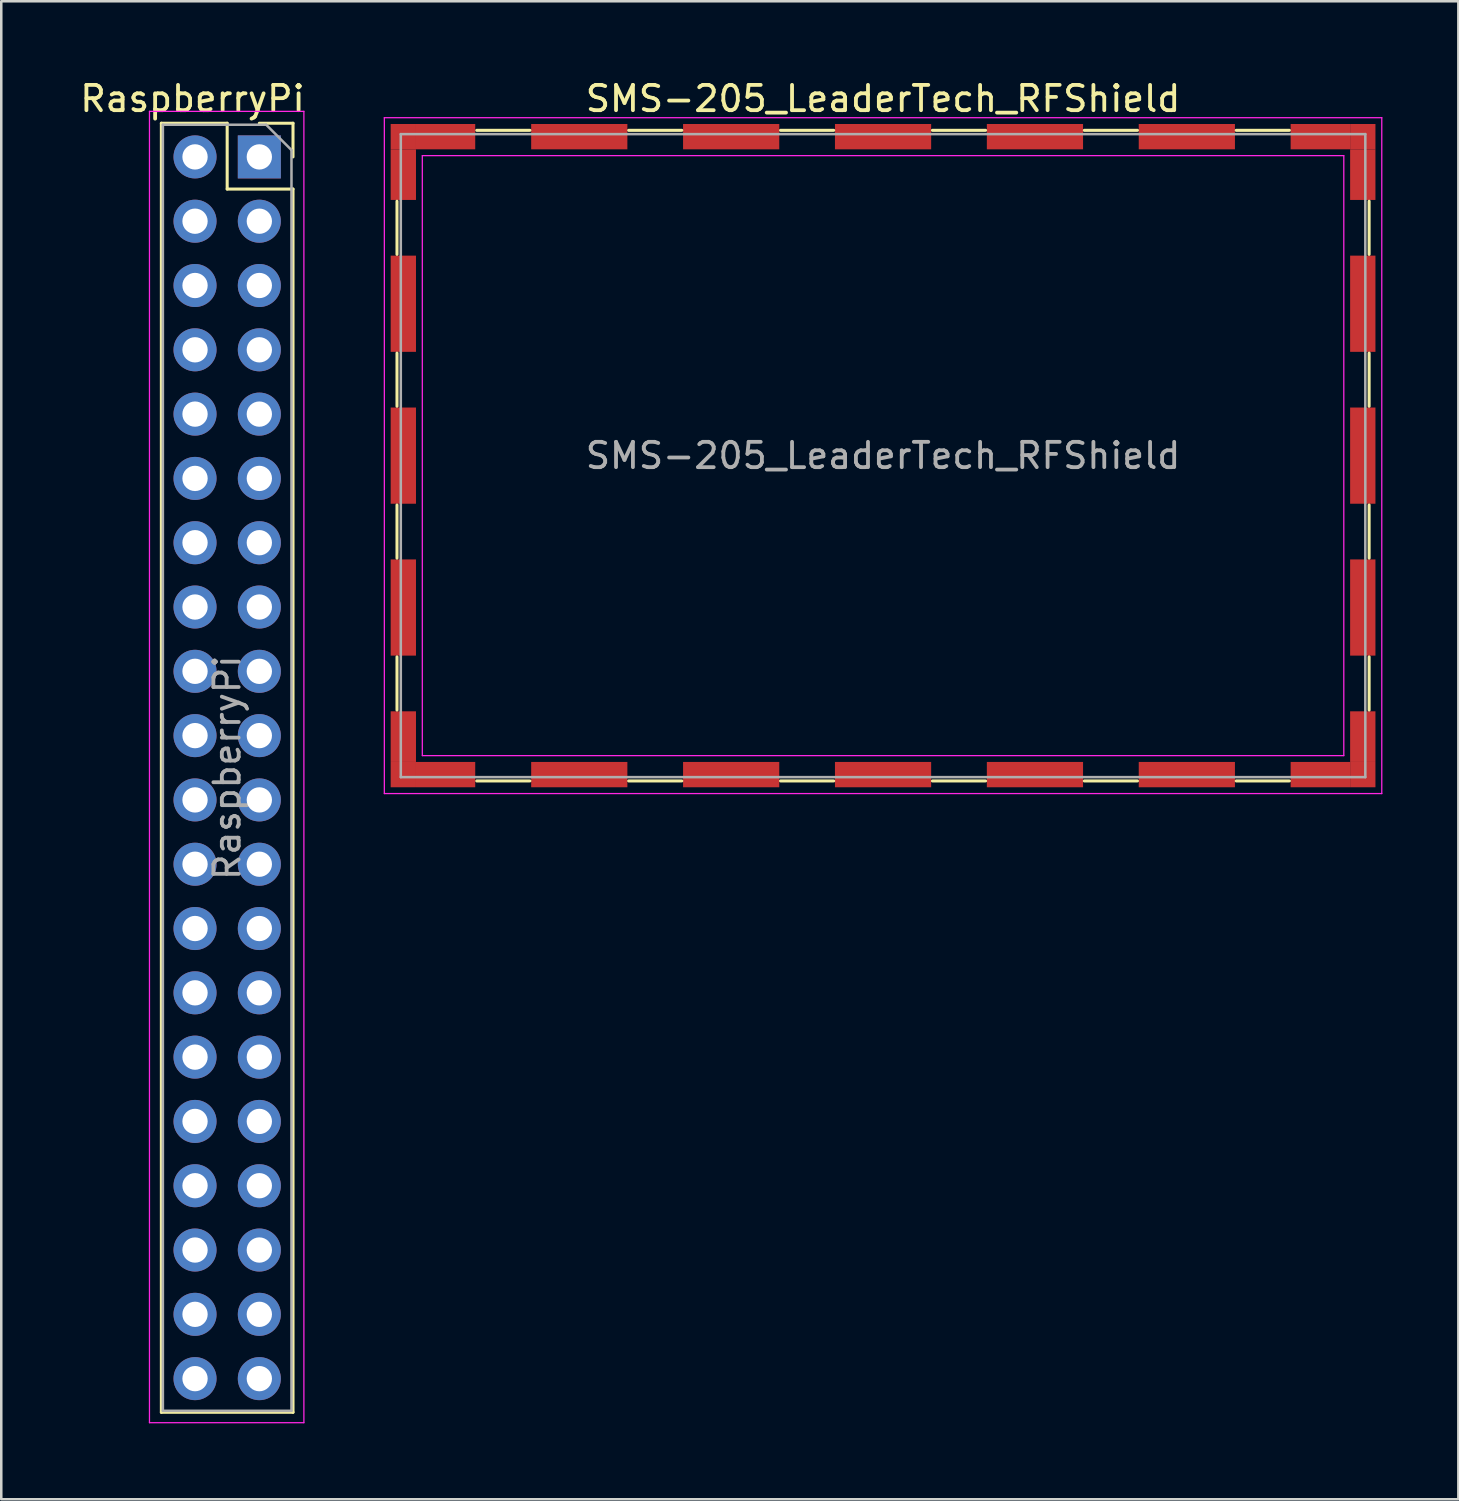
<source format=kicad_pcb>
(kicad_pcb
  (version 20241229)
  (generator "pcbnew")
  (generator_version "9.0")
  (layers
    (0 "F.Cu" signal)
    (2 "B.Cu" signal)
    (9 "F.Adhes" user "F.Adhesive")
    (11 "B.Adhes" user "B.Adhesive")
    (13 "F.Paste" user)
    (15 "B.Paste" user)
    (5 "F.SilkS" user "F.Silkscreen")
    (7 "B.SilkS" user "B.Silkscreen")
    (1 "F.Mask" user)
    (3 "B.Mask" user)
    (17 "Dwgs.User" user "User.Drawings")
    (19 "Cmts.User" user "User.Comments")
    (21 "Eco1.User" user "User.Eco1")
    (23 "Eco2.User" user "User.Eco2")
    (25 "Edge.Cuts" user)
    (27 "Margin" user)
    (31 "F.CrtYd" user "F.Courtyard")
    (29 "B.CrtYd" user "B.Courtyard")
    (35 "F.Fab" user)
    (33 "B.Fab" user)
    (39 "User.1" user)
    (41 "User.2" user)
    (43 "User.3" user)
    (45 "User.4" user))
  (footprint "RaspberryPi"
    (layer "F.Cu")
    (at 7.194 3.148)
    (property "Reference" "RaspberryPi" (at -2.64 -2.3 180) (layer "F.SilkS") (effects (font (size 1 1) (thickness 0.15))))
    (attr through_hole)
    (fp_line (start -3.87 -1.33) (end -3.87 49.59) (stroke (width 0.12) (type solid)) (layer "F.SilkS"))
    (fp_line (start -3.87 -1.33) (end -1.27 -1.33) (stroke (width 0.12) (type solid)) (layer "F.SilkS"))
    (fp_line (start -3.87 49.59) (end 1.33 49.59) (stroke (width 0.12) (type solid)) (layer "F.SilkS"))
    (fp_line (start -1.27 -1.33) (end -1.27 1.27) (stroke (width 0.12) (type solid)) (layer "F.SilkS"))
    (fp_line (start -1.27 1.27) (end 1.33 1.27) (stroke (width 0.12) (type solid)) (layer "F.SilkS"))
    (fp_line (start 0 -1.33) (end 1.33 -1.33) (stroke (width 0.12) (type solid)) (layer "F.SilkS"))
    (fp_line (start 1.33 -1.33) (end 1.33 0) (stroke (width 0.12) (type solid)) (layer "F.SilkS"))
    (fp_line (start 1.33 1.27) (end 1.33 49.59) (stroke (width 0.12) (type solid)) (layer "F.SilkS"))
    (fp_line (start -4.34 -1.8) (end 1.76 -1.8) (stroke (width 0.05) (type solid)) (layer "F.CrtYd"))
    (fp_line (start -4.34 50) (end -4.34 -1.8) (stroke (width 0.05) (type solid)) (layer "F.CrtYd"))
    (fp_line (start 1.76 -1.8) (end 1.76 50) (stroke (width 0.05) (type solid)) (layer "F.CrtYd"))
    (fp_line (start 1.76 50) (end -4.34 50) (stroke (width 0.05) (type solid)) (layer "F.CrtYd"))
    (fp_line (start -3.81 -1.27) (end 0.27 -1.27) (stroke (width 0.1) (type solid)) (layer "F.Fab"))
    (fp_line (start -3.81 49.53) (end -3.81 -1.27) (stroke (width 0.1) (type solid)) (layer "F.Fab"))
    (fp_line (start 0.27 -1.27) (end 1.27 -0.27) (stroke (width 0.1) (type solid)) (layer "F.Fab"))
    (fp_line (start 1.27 -0.27) (end 1.27 49.53) (stroke (width 0.1) (type solid)) (layer "F.Fab"))
    (fp_line (start 1.27 49.53) (end -3.81 49.53) (stroke (width 0.1) (type solid)) (layer "F.Fab"))
    (fp_text user "${REFERENCE}" (at -1.27 24.13 270) (layer "F.Fab") (effects (font (size 1 1) (thickness 0.15))))
    (pad "1" thru_hole rect (at 0 0) (size 1.7 1.7) (drill 1) (layers "*.Cu" "*.Mask"))
    (pad "2" thru_hole oval (at -2.54 0) (size 1.7 1.7) (drill 1) (layers "*.Cu" "*.Mask"))
    (pad "3" thru_hole oval (at 0 2.54) (size 1.7 1.7) (drill 1) (layers "*.Cu" "*.Mask"))
    (pad "4" thru_hole oval (at -2.54 2.54) (size 1.7 1.7) (drill 1) (layers "*.Cu" "*.Mask"))
    (pad "5" thru_hole oval (at 0 5.08) (size 1.7 1.7) (drill 1) (layers "*.Cu" "*.Mask"))
    (pad "6" thru_hole oval (at -2.54 5.08) (size 1.7 1.7) (drill 1) (layers "*.Cu" "*.Mask"))
    (pad "7" thru_hole oval (at 0 7.62) (size 1.7 1.7) (drill 1) (layers "*.Cu" "*.Mask"))
    (pad "8" thru_hole oval (at -2.54 7.62) (size 1.7 1.7) (drill 1) (layers "*.Cu" "*.Mask"))
    (pad "9" thru_hole oval (at 0 10.16) (size 1.7 1.7) (drill 1) (layers "*.Cu" "*.Mask"))
    (pad "10" thru_hole oval (at -2.54 10.16) (size 1.7 1.7) (drill 1) (layers "*.Cu" "*.Mask"))
    (pad "11" thru_hole oval (at 0 12.7) (size 1.7 1.7) (drill 1) (layers "*.Cu" "*.Mask"))
    (pad "12" thru_hole oval (at -2.54 12.7) (size 1.7 1.7) (drill 1) (layers "*.Cu" "*.Mask"))
    (pad "13" thru_hole oval (at 0 15.24) (size 1.7 1.7) (drill 1) (layers "*.Cu" "*.Mask"))
    (pad "14" thru_hole oval (at -2.54 15.24) (size 1.7 1.7) (drill 1) (layers "*.Cu" "*.Mask"))
    (pad "15" thru_hole oval (at 0 17.78) (size 1.7 1.7) (drill 1) (layers "*.Cu" "*.Mask"))
    (pad "16" thru_hole oval (at -2.54 17.78) (size 1.7 1.7) (drill 1) (layers "*.Cu" "*.Mask"))
    (pad "17" thru_hole oval (at 0 20.32) (size 1.7 1.7) (drill 1) (layers "*.Cu" "*.Mask"))
    (pad "18" thru_hole oval (at -2.54 20.32) (size 1.7 1.7) (drill 1) (layers "*.Cu" "*.Mask"))
    (pad "19" thru_hole oval (at 0 22.86) (size 1.7 1.7) (drill 1) (layers "*.Cu" "*.Mask"))
    (pad "20" thru_hole oval (at -2.54 22.86) (size 1.7 1.7) (drill 1) (layers "*.Cu" "*.Mask"))
    (pad "21" thru_hole oval (at 0 25.4) (size 1.7 1.7) (drill 1) (layers "*.Cu" "*.Mask"))
    (pad "22" thru_hole oval (at -2.54 25.4) (size 1.7 1.7) (drill 1) (layers "*.Cu" "*.Mask"))
    (pad "23" thru_hole oval (at 0 27.94) (size 1.7 1.7) (drill 1) (layers "*.Cu" "*.Mask"))
    (pad "24" thru_hole oval (at -2.54 27.94) (size 1.7 1.7) (drill 1) (layers "*.Cu" "*.Mask"))
    (pad "25" thru_hole oval (at 0 30.48) (size 1.7 1.7) (drill 1) (layers "*.Cu" "*.Mask"))
    (pad "26" thru_hole oval (at -2.54 30.48) (size 1.7 1.7) (drill 1) (layers "*.Cu" "*.Mask"))
    (pad "27" thru_hole oval (at 0 33.02) (size 1.7 1.7) (drill 1) (layers "*.Cu" "*.Mask"))
    (pad "28" thru_hole oval (at -2.54 33.02) (size 1.7 1.7) (drill 1) (layers "*.Cu" "*.Mask"))
    (pad "29" thru_hole oval (at 0 35.56) (size 1.7 1.7) (drill 1) (layers "*.Cu" "*.Mask"))
    (pad "30" thru_hole oval (at -2.54 35.56) (size 1.7 1.7) (drill 1) (layers "*.Cu" "*.Mask"))
    (pad "31" thru_hole oval (at 0 38.1) (size 1.7 1.7) (drill 1) (layers "*.Cu" "*.Mask"))
    (pad "32" thru_hole oval (at -2.54 38.1) (size 1.7 1.7) (drill 1) (layers "*.Cu" "*.Mask"))
    (pad "33" thru_hole oval (at 0 40.64) (size 1.7 1.7) (drill 1) (layers "*.Cu" "*.Mask"))
    (pad "34" thru_hole oval (at -2.54 40.64) (size 1.7 1.7) (drill 1) (layers "*.Cu" "*.Mask"))
    (pad "35" thru_hole oval (at 0 43.18) (size 1.7 1.7) (drill 1) (layers "*.Cu" "*.Mask"))
    (pad "36" thru_hole oval (at -2.54 43.18) (size 1.7 1.7) (drill 1) (layers "*.Cu" "*.Mask"))
    (pad "37" thru_hole oval (at 0 45.72) (size 1.7 1.7) (drill 1) (layers "*.Cu" "*.Mask"))
    (pad "38" thru_hole oval (at -2.54 45.72) (size 1.7 1.7) (drill 1) (layers "*.Cu" "*.Mask"))
    (pad "39" thru_hole oval (at 0 48.26) (size 1.7 1.7) (drill 1) (layers "*.Cu" "*.Mask"))
    (pad "40" thru_hole oval (at -2.54 48.26) (size 1.7 1.7) (drill 1) (layers "*.Cu" "*.Mask")))
  (footprint "SMS-205_LeaderTech_RFShield"
    (layer "F.Cu")
    (at 12.382 1.848)
    (property "Reference" "SMS-205_LeaderTech_RFShield" (at 19.45 -1 0) (layer "F.SilkS") (effects (font (size 1 1) (thickness 0.15))))
    (attr smd)
    (fp_line (start 0.25 3.05) (end 0.25 5.15) (stroke (width 0.12) (type solid)) (layer "F.SilkS"))
    (fp_line (start 0.25 9.05) (end 0.25 11.15) (stroke (width 0.12) (type solid)) (layer "F.SilkS"))
    (fp_line (start 0.25 15.05) (end 0.25 17.15) (stroke (width 0.12) (type solid)) (layer "F.SilkS"))
    (fp_line (start 0.25 21.05) (end 0.25 23.15) (stroke (width 0.12) (type solid)) (layer "F.SilkS"))
    (fp_line (start 3.4 0.25) (end 5.5 0.25) (stroke (width 0.12) (type solid)) (layer "F.SilkS"))
    (fp_line (start 3.4 25.95) (end 5.5 25.95) (stroke (width 0.12) (type solid)) (layer "F.SilkS"))
    (fp_line (start 9.4 0.25) (end 11.5 0.25) (stroke (width 0.12) (type solid)) (layer "F.SilkS"))
    (fp_line (start 9.4 25.95) (end 11.5 25.95) (stroke (width 0.12) (type solid)) (layer "F.SilkS"))
    (fp_line (start 15.4 0.25) (end 17.5 0.25) (stroke (width 0.12) (type solid)) (layer "F.SilkS"))
    (fp_line (start 15.4 25.95) (end 17.5 25.95) (stroke (width 0.12) (type solid)) (layer "F.SilkS"))
    (fp_line (start 21.4 0.25) (end 23.5 0.25) (stroke (width 0.12) (type solid)) (layer "F.SilkS"))
    (fp_line (start 21.4 25.95) (end 23.5 25.95) (stroke (width 0.12) (type solid)) (layer "F.SilkS"))
    (fp_line (start 27.4 0.25) (end 29.5 0.25) (stroke (width 0.12) (type solid)) (layer "F.SilkS"))
    (fp_line (start 27.4 25.95) (end 29.5 25.95) (stroke (width 0.12) (type solid)) (layer "F.SilkS"))
    (fp_line (start 33.4 0.25) (end 35.5 0.25) (stroke (width 0.12) (type solid)) (layer "F.SilkS"))
    (fp_line (start 33.4 25.95) (end 35.5 25.95) (stroke (width 0.12) (type solid)) (layer "F.SilkS"))
    (fp_line (start 38.65 3.05) (end 38.65 5.15) (stroke (width 0.12) (type solid)) (layer "F.SilkS"))
    (fp_line (start 38.65 9.05) (end 38.65 11.15) (stroke (width 0.12) (type solid)) (layer "F.SilkS"))
    (fp_line (start 38.65 15.05) (end 38.65 17.15) (stroke (width 0.12) (type solid)) (layer "F.SilkS"))
    (fp_line (start 38.65 21.05) (end 38.65 23.15) (stroke (width 0.12) (type solid)) (layer "F.SilkS"))
    (fp_line (start -0.25 -0.25) (end -0.25 26.45) (stroke (width 0.05) (type solid)) (layer "F.CrtYd"))
    (fp_line (start -0.25 26.45) (end 39.15 26.45) (stroke (width 0.05) (type solid)) (layer "F.CrtYd"))
    (fp_line (start 1.25 1.25) (end 1.25 24.95) (stroke (width 0.05) (type solid)) (layer "F.CrtYd"))
    (fp_line (start 37.65 1.25) (end 1.25 1.25) (stroke (width 0.05) (type solid)) (layer "F.CrtYd"))
    (fp_line (start 37.65 1.25) (end 37.65 24.95) (stroke (width 0.05) (type solid)) (layer "F.CrtYd"))
    (fp_line (start 37.65 24.95) (end 1.25 24.95) (stroke (width 0.05) (type solid)) (layer "F.CrtYd"))
    (fp_line (start 39.15 -0.25) (end -0.25 -0.25) (stroke (width 0.05) (type solid)) (layer "F.CrtYd"))
    (fp_line (start 39.15 26.45) (end 39.15 -0.25) (stroke (width 0.05) (type solid)) (layer "F.CrtYd"))
    (fp_line (start 0.4 0.4) (end 0.4 25.8) (stroke (width 0.1) (type solid)) (layer "F.Fab"))
    (fp_line (start 0.4 25.8) (end 38.5 25.8) (stroke (width 0.1) (type solid)) (layer "F.Fab"))
    (fp_line (start 38.5 0.4) (end 0.4 0.4) (stroke (width 0.1) (type solid)) (layer "F.Fab"))
    (fp_line (start 38.5 25.8) (end 38.5 0.4) (stroke (width 0.1) (type solid)) (layer "F.Fab"))
    (fp_text user "${REFERENCE}" (at 19.45 13.1 0) (layer "F.Fab") (effects (font (size 1 1) (thickness 0.15))))
    (pad "1" smd rect (at 0.5 0.5) (size 1 1) (layers "F.Cu" "F.Mask" "F.Paste"))
    (pad "1" smd rect (at 0.5 2) (size 1 2) (layers "F.Cu" "F.Mask" "F.Paste"))
    (pad "1" smd rect (at 0.5 7.1) (size 1 3.8) (layers "F.Cu" "F.Mask" "F.Paste"))
    (pad "1" smd rect (at 0.5 13.1) (size 1 3.8) (layers "F.Cu" "F.Mask" "F.Paste"))
    (pad "1" smd rect (at 0.5 19.1) (size 1 3.8) (layers "F.Cu" "F.Mask" "F.Paste"))
    (pad "1" smd rect (at 0.5 24.2) (size 1 2) (layers "F.Cu" "F.Mask" "F.Paste"))
    (pad "1" smd rect (at 0.5 25.7) (size 1 1) (layers "F.Cu" "F.Mask" "F.Paste"))
    (pad "1" smd rect (at 2.17 0.5) (size 2.34 1) (layers "F.Cu" "F.Mask" "F.Paste"))
    (pad "1" smd rect (at 2.17 25.7) (size 2.34 1) (layers "F.Cu" "F.Mask" "F.Paste"))
    (pad "1" smd rect (at 7.45 0.5) (size 3.8 1) (layers "F.Cu" "F.Mask" "F.Paste"))
    (pad "1" smd rect (at 7.45 25.7) (size 3.8 1) (layers "F.Cu" "F.Mask" "F.Paste"))
    (pad "1" smd rect (at 13.45 0.5) (size 3.8 1) (layers "F.Cu" "F.Mask" "F.Paste"))
    (pad "1" smd rect (at 13.45 25.7) (size 3.8 1) (layers "F.Cu" "F.Mask" "F.Paste"))
    (pad "1" smd rect (at 19.45 0.5) (size 3.8 1) (layers "F.Cu" "F.Mask" "F.Paste"))
    (pad "1" smd rect (at 19.45 25.7) (size 3.8 1) (layers "F.Cu" "F.Mask" "F.Paste"))
    (pad "1" smd rect (at 25.45 0.5) (size 3.8 1) (layers "F.Cu" "F.Mask" "F.Paste"))
    (pad "1" smd rect (at 25.45 25.7) (size 3.8 1) (layers "F.Cu" "F.Mask" "F.Paste"))
    (pad "1" smd rect (at 31.45 0.5) (size 3.8 1) (layers "F.Cu" "F.Mask" "F.Paste"))
    (pad "1" smd rect (at 31.45 25.7) (size 3.8 1) (layers "F.Cu" "F.Mask" "F.Paste"))
    (pad "1" smd rect (at 36.725 0.5) (size 2.35 1) (layers "F.Cu" "F.Mask" "F.Paste"))
    (pad "1" smd rect (at 36.725 25.7) (size 2.35 1) (layers "F.Cu" "F.Mask" "F.Paste"))
    (pad "1" smd rect (at 38.4 0.5) (size 1 1) (layers "F.Cu" "F.Mask" "F.Paste"))
    (pad "1" smd rect (at 38.4 2) (size 1 2) (layers "F.Cu" "F.Mask" "F.Paste"))
    (pad "1" smd rect (at 38.4 7.1) (size 1 3.8) (layers "F.Cu" "F.Mask" "F.Paste"))
    (pad "1" smd rect (at 38.4 13.1) (size 1 3.8) (layers "F.Cu" "F.Mask" "F.Paste"))
    (pad "1" smd rect (at 38.4 19.1) (size 1 3.8) (layers "F.Cu" "F.Mask" "F.Paste"))
    (pad "1" smd rect (at 38.4 24.2) (size 1 2) (layers "F.Cu" "F.Mask" "F.Paste"))
    (pad "1" smd rect (at 38.4 25.7) (size 1 1) (layers "F.Cu" "F.Mask" "F.Paste")))
  (gr_rect
    (start -3 -3)
    (end 54.557 56.173)
    (stroke (width 0.1) (type default))
    (fill no)
    (layer "Edge.Cuts")))
</source>
